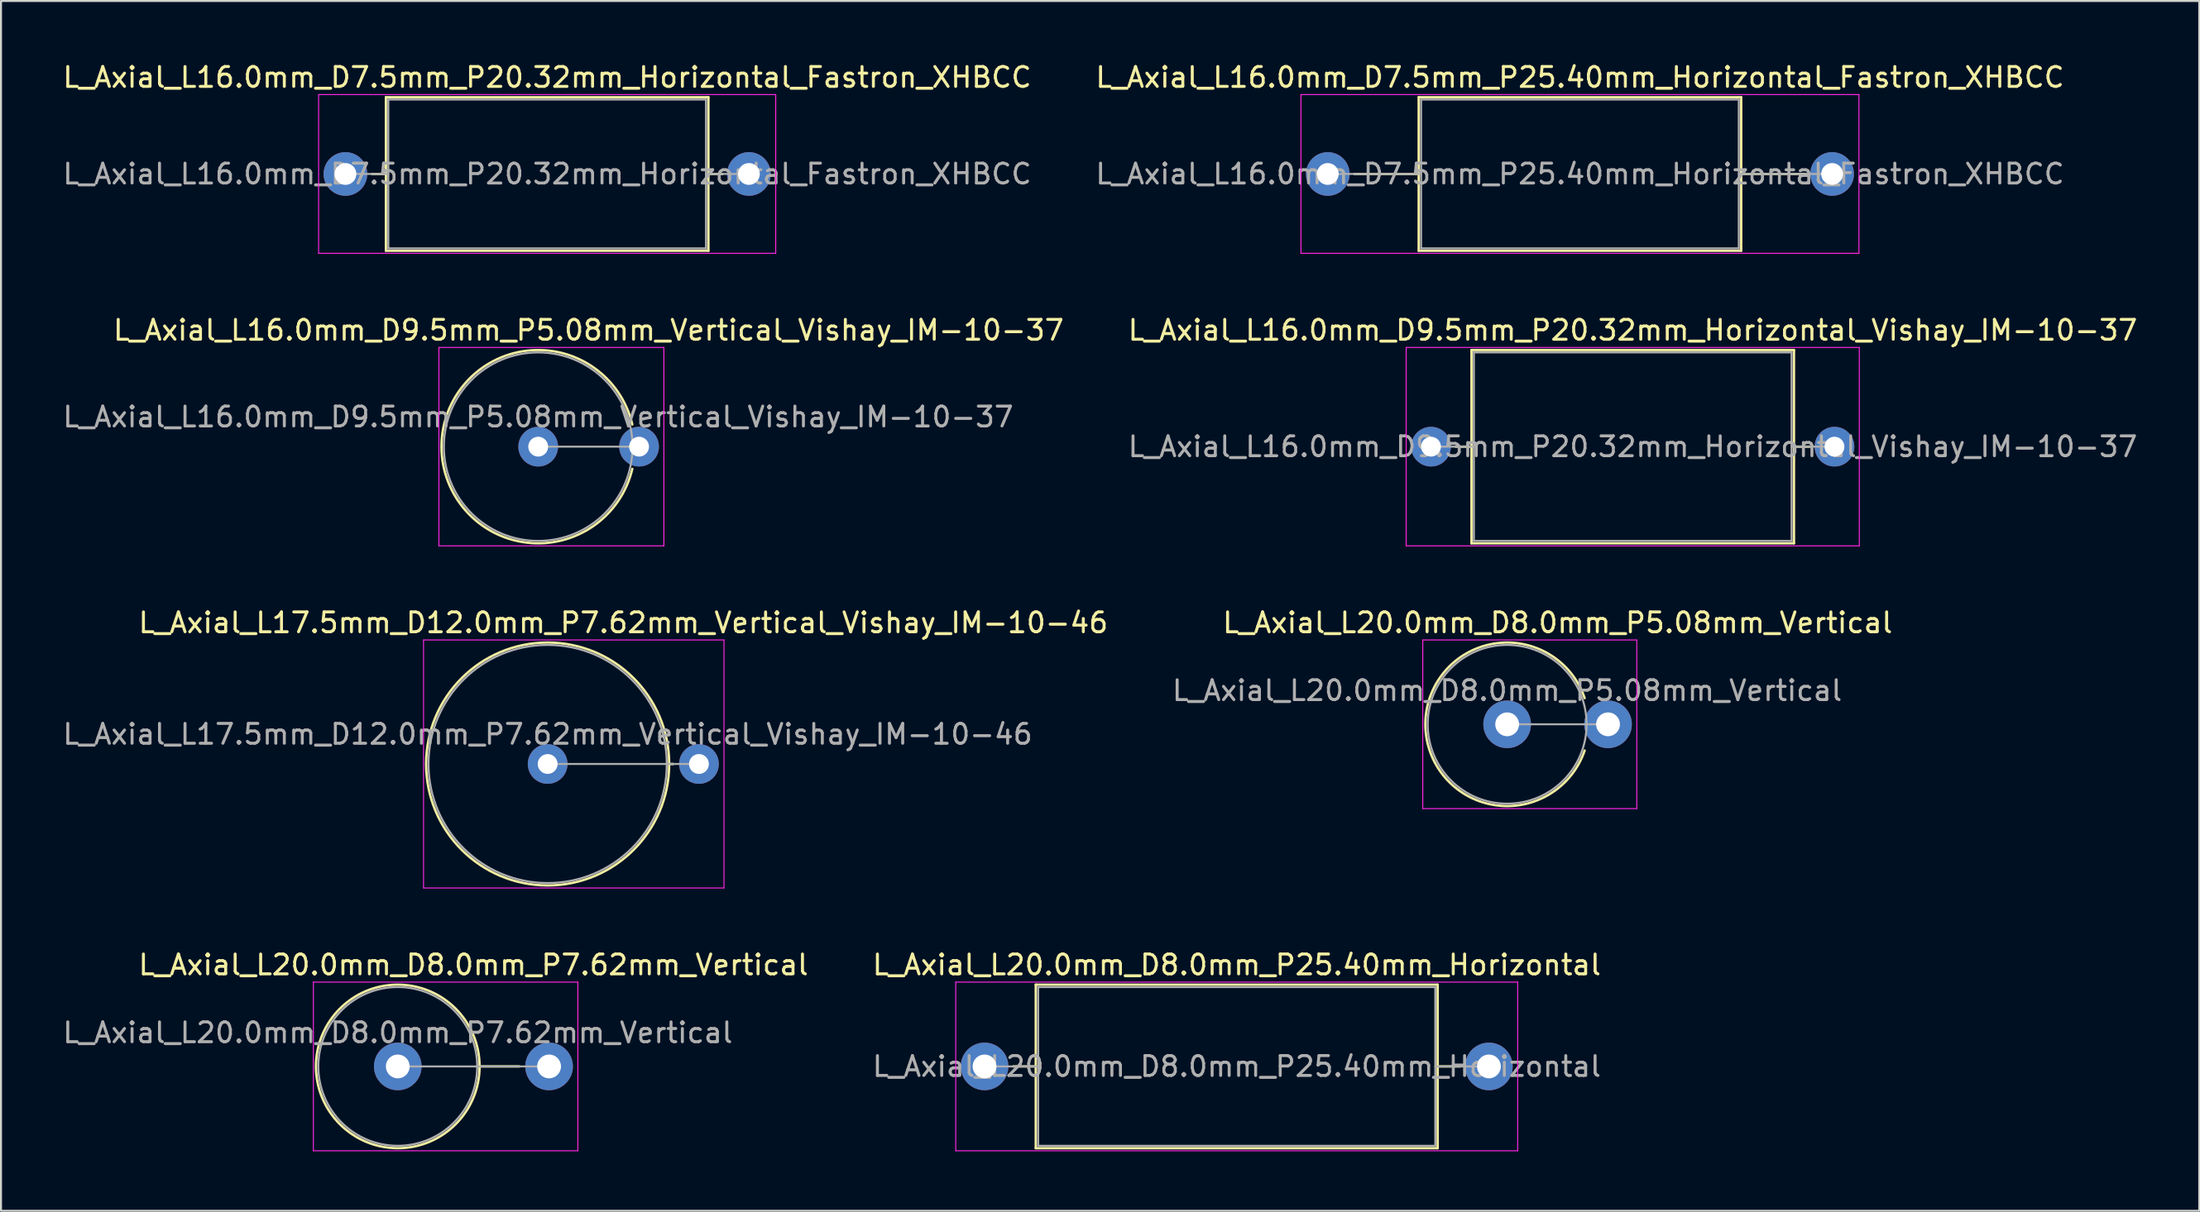
<source format=kicad_pcb>
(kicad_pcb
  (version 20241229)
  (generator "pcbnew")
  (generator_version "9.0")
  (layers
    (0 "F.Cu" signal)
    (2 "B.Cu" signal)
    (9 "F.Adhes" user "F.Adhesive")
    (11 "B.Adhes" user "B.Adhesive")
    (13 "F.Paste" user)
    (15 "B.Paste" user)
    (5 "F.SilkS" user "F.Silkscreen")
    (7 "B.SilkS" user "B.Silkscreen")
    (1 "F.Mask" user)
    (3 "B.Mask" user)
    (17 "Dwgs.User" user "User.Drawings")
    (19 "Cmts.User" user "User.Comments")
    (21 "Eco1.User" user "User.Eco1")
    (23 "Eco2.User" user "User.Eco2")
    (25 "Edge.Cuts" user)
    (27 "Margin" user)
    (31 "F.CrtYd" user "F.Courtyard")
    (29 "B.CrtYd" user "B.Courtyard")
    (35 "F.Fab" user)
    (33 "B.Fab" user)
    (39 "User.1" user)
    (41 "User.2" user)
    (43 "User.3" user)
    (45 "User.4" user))
  (footprint "L_Axial_L20.0mm_D8.0mm_P25.40mm_Horizontal"
    (layer "F.Cu")
    (at 46.533 50.698)
    (property "Reference" "L_Axial_L20.0mm_D8.0mm_P25.40mm_Horizontal" (at 12.7 -5.12 0) (layer "F.SilkS") (effects (font (size 1 1) (thickness 0.15))))
    (attr through_hole)
    (fp_line (start 1.44 0) (end 2.58 0) (stroke (width 0.12) (type solid)) (layer "F.SilkS"))
    (fp_line (start 2.58 -4.12) (end 2.58 4.12) (stroke (width 0.12) (type solid)) (layer "F.SilkS"))
    (fp_line (start 2.58 4.12) (end 22.82 4.12) (stroke (width 0.12) (type solid)) (layer "F.SilkS"))
    (fp_line (start 22.82 -4.12) (end 2.58 -4.12) (stroke (width 0.12) (type solid)) (layer "F.SilkS"))
    (fp_line (start 22.82 4.12) (end 22.82 -4.12) (stroke (width 0.12) (type solid)) (layer "F.SilkS"))
    (fp_line (start 23.96 0) (end 22.82 0) (stroke (width 0.12) (type solid)) (layer "F.SilkS"))
    (fp_line (start -1.45 -4.25) (end -1.45 4.25) (stroke (width 0.05) (type solid)) (layer "F.CrtYd"))
    (fp_line (start -1.45 4.25) (end 26.85 4.25) (stroke (width 0.05) (type solid)) (layer "F.CrtYd"))
    (fp_line (start 26.85 -4.25) (end -1.45 -4.25) (stroke (width 0.05) (type solid)) (layer "F.CrtYd"))
    (fp_line (start 26.85 4.25) (end 26.85 -4.25) (stroke (width 0.05) (type solid)) (layer "F.CrtYd"))
    (fp_line (start 0 0) (end 2.7 0) (stroke (width 0.1) (type solid)) (layer "F.Fab"))
    (fp_line (start 2.7 -4) (end 2.7 4) (stroke (width 0.1) (type solid)) (layer "F.Fab"))
    (fp_line (start 2.7 4) (end 22.7 4) (stroke (width 0.1) (type solid)) (layer "F.Fab"))
    (fp_line (start 22.7 -4) (end 2.7 -4) (stroke (width 0.1) (type solid)) (layer "F.Fab"))
    (fp_line (start 22.7 4) (end 22.7 -4) (stroke (width 0.1) (type solid)) (layer "F.Fab"))
    (fp_line (start 25.4 0) (end 22.7 0) (stroke (width 0.1) (type solid)) (layer "F.Fab"))
    (fp_text user "${REFERENCE}" (at 12.7 0 0) (layer "F.Fab") (effects (font (size 1 1) (thickness 0.15))))
    (pad "1" thru_hole circle (at 0 0) (size 2.4 2.4) (drill 1.2) (layers "*.Cu" "*.Mask"))
    (pad "2" thru_hole oval (at 25.4 0) (size 2.4 2.4) (drill 1.2) (layers "*.Cu" "*.Mask")))
  (footprint "L_Axial_L16.0mm_D9.5mm_P20.32mm_Horizontal_Vishay_IM-10-37"
    (layer "F.Cu")
    (at 69.017 19.462)
    (property "Reference" "L_Axial_L16.0mm_D9.5mm_P20.32mm_Horizontal_Vishay_IM-10-37" (at 10.16 -5.87 0) (layer "F.SilkS") (effects (font (size 1 1) (thickness 0.15))))
    (attr through_hole)
    (fp_line (start 1.24 0) (end 2.04 0) (stroke (width 0.12) (type solid)) (layer "F.SilkS"))
    (fp_line (start 2.04 -4.87) (end 2.04 4.87) (stroke (width 0.12) (type solid)) (layer "F.SilkS"))
    (fp_line (start 2.04 4.87) (end 18.28 4.87) (stroke (width 0.12) (type solid)) (layer "F.SilkS"))
    (fp_line (start 18.28 -4.87) (end 2.04 -4.87) (stroke (width 0.12) (type solid)) (layer "F.SilkS"))
    (fp_line (start 18.28 4.87) (end 18.28 -4.87) (stroke (width 0.12) (type solid)) (layer "F.SilkS"))
    (fp_line (start 19.08 0) (end 18.28 0) (stroke (width 0.12) (type solid)) (layer "F.SilkS"))
    (fp_line (start -1.25 -5) (end -1.25 5) (stroke (width 0.05) (type solid)) (layer "F.CrtYd"))
    (fp_line (start -1.25 5) (end 21.57 5) (stroke (width 0.05) (type solid)) (layer "F.CrtYd"))
    (fp_line (start 21.57 -5) (end -1.25 -5) (stroke (width 0.05) (type solid)) (layer "F.CrtYd"))
    (fp_line (start 21.57 5) (end 21.57 -5) (stroke (width 0.05) (type solid)) (layer "F.CrtYd"))
    (fp_line (start 0 0) (end 2.16 0) (stroke (width 0.1) (type solid)) (layer "F.Fab"))
    (fp_line (start 2.16 -4.75) (end 2.16 4.75) (stroke (width 0.1) (type solid)) (layer "F.Fab"))
    (fp_line (start 2.16 4.75) (end 18.16 4.75) (stroke (width 0.1) (type solid)) (layer "F.Fab"))
    (fp_line (start 18.16 -4.75) (end 2.16 -4.75) (stroke (width 0.1) (type solid)) (layer "F.Fab"))
    (fp_line (start 18.16 4.75) (end 18.16 -4.75) (stroke (width 0.1) (type solid)) (layer "F.Fab"))
    (fp_line (start 20.32 0) (end 18.16 0) (stroke (width 0.1) (type solid)) (layer "F.Fab"))
    (fp_text user "${REFERENCE}" (at 10.16 0 0) (layer "F.Fab") (effects (font (size 1 1) (thickness 0.15))))
    (pad "1" thru_hole circle (at 0 0) (size 2 2) (drill 1) (layers "*.Cu" "*.Mask"))
    (pad "2" thru_hole oval (at 20.32 0) (size 2 2) (drill 1) (layers "*.Cu" "*.Mask")))
  (footprint "L_Axial_L16.0mm_D7.5mm_P25.40mm_Horizontal_Fastron_XHBCC"
    (layer "F.Cu")
    (at 63.818 5.718)
    (property "Reference" "L_Axial_L16.0mm_D7.5mm_P25.40mm_Horizontal_Fastron_XHBCC" (at 12.7 -4.87 0) (layer "F.SilkS") (effects (font (size 1 1) (thickness 0.15))))
    (attr through_hole)
    (fp_line (start 1.34 0) (end 4.58 0) (stroke (width 0.12) (type solid)) (layer "F.SilkS"))
    (fp_line (start 4.58 -3.87) (end 4.58 3.87) (stroke (width 0.12) (type solid)) (layer "F.SilkS"))
    (fp_line (start 4.58 3.87) (end 20.82 3.87) (stroke (width 0.12) (type solid)) (layer "F.SilkS"))
    (fp_line (start 20.82 -3.87) (end 4.58 -3.87) (stroke (width 0.12) (type solid)) (layer "F.SilkS"))
    (fp_line (start 20.82 3.87) (end 20.82 -3.87) (stroke (width 0.12) (type solid)) (layer "F.SilkS"))
    (fp_line (start 24.06 0) (end 20.82 0) (stroke (width 0.12) (type solid)) (layer "F.SilkS"))
    (fp_line (start -1.35 -4) (end -1.35 4) (stroke (width 0.05) (type solid)) (layer "F.CrtYd"))
    (fp_line (start -1.35 4) (end 26.75 4) (stroke (width 0.05) (type solid)) (layer "F.CrtYd"))
    (fp_line (start 26.75 -4) (end -1.35 -4) (stroke (width 0.05) (type solid)) (layer "F.CrtYd"))
    (fp_line (start 26.75 4) (end 26.75 -4) (stroke (width 0.05) (type solid)) (layer "F.CrtYd"))
    (fp_line (start 0 0) (end 4.7 0) (stroke (width 0.1) (type solid)) (layer "F.Fab"))
    (fp_line (start 4.7 -3.75) (end 4.7 3.75) (stroke (width 0.1) (type solid)) (layer "F.Fab"))
    (fp_line (start 4.7 3.75) (end 20.7 3.75) (stroke (width 0.1) (type solid)) (layer "F.Fab"))
    (fp_line (start 20.7 -3.75) (end 4.7 -3.75) (stroke (width 0.1) (type solid)) (layer "F.Fab"))
    (fp_line (start 20.7 3.75) (end 20.7 -3.75) (stroke (width 0.1) (type solid)) (layer "F.Fab"))
    (fp_line (start 25.4 0) (end 20.7 0) (stroke (width 0.1) (type solid)) (layer "F.Fab"))
    (fp_text user "${REFERENCE}" (at 12.7 0 0) (layer "F.Fab") (effects (font (size 1 1) (thickness 0.15))))
    (pad "1" thru_hole circle (at 0 0) (size 2.2 2.2) (drill 1.1) (layers "*.Cu" "*.Mask"))
    (pad "2" thru_hole oval (at 25.4 0) (size 2.2 2.2) (drill 1.1) (layers "*.Cu" "*.Mask")))
  (footprint "L_Axial_L20.0mm_D8.0mm_P5.08mm_Vertical"
    (layer "F.Cu")
    (at 72.852 33.455)
    (property "Reference" "L_Axial_L20.0mm_D8.0mm_P5.08mm_Vertical" (at 2.54 -5.12 0) (layer "F.SilkS") (effects (font (size 1 1) (thickness 0.15))))
    (attr through_hole)
    (fp_arc (start 3.902819 1.32) (mid -4.12 0) (end 3.902819 -1.32) (stroke (width 0.12) (type solid)) (layer "F.SilkS"))
    (fp_line (start -4.25 -4.25) (end -4.25 4.25) (stroke (width 0.05) (type solid)) (layer "F.CrtYd"))
    (fp_line (start -4.25 4.25) (end 6.53 4.25) (stroke (width 0.05) (type solid)) (layer "F.CrtYd"))
    (fp_line (start 6.53 -4.25) (end -4.25 -4.25) (stroke (width 0.05) (type solid)) (layer "F.CrtYd"))
    (fp_line (start 6.53 4.25) (end 6.53 -4.25) (stroke (width 0.05) (type solid)) (layer "F.CrtYd"))
    (fp_line (start 0 0) (end 5.08 0) (stroke (width 0.1) (type solid)) (layer "F.Fab"))
    (fp_circle (center 0 0) (end 4 0) (stroke (width 0.1) (type solid)) (fill no) (layer "F.Fab"))
    (fp_text user "${REFERENCE}" (at 0 -1.7 0) (layer "F.Fab") (effects (font (size 1 1) (thickness 0.15))))
    (pad "1" thru_hole circle (at 0 0) (size 2.4 2.4) (drill 1.2) (layers "*.Cu" "*.Mask"))
    (pad "2" thru_hole oval (at 5.08 0) (size 2.4 2.4) (drill 1.2) (layers "*.Cu" "*.Mask")))
  (footprint "L_Axial_L16.0mm_D9.5mm_P5.08mm_Vertical_Vishay_IM-10-37"
    (layer "F.Cu")
    (at 24.054 19.462)
    (property "Reference" "L_Axial_L16.0mm_D9.5mm_P5.08mm_Vertical_Vishay_IM-10-37" (at 2.54 -5.87 0) (layer "F.SilkS") (effects (font (size 1 1) (thickness 0.15))))
    (attr through_hole)
    (fp_arc (start 4.739462 1.12) (mid -4.87 0) (end 4.739462 -1.12) (stroke (width 0.12) (type solid)) (layer "F.SilkS"))
    (fp_line (start -5 -5) (end -5 5) (stroke (width 0.05) (type solid)) (layer "F.CrtYd"))
    (fp_line (start -5 5) (end 6.33 5) (stroke (width 0.05) (type solid)) (layer "F.CrtYd"))
    (fp_line (start 6.33 -5) (end -5 -5) (stroke (width 0.05) (type solid)) (layer "F.CrtYd"))
    (fp_line (start 6.33 5) (end 6.33 -5) (stroke (width 0.05) (type solid)) (layer "F.CrtYd"))
    (fp_line (start 0 0) (end 5.08 0) (stroke (width 0.1) (type solid)) (layer "F.Fab"))
    (fp_circle (center 0 0) (end 4.75 0) (stroke (width 0.1) (type solid)) (fill no) (layer "F.Fab"))
    (fp_text user "${REFERENCE}" (at 0 -1.5 0) (layer "F.Fab") (effects (font (size 1 1) (thickness 0.15))))
    (pad "1" thru_hole circle (at 0 0) (size 2 2) (drill 1) (layers "*.Cu" "*.Mask"))
    (pad "2" thru_hole oval (at 5.08 0) (size 2 2) (drill 1) (layers "*.Cu" "*.Mask")))
  (footprint "L_Axial_L20.0mm_D8.0mm_P7.62mm_Vertical"
    (layer "F.Cu")
    (at 16.982 50.698)
    (property "Reference" "L_Axial_L20.0mm_D8.0mm_P7.62mm_Vertical" (at 3.81 -5.12 0) (layer "F.SilkS") (effects (font (size 1 1) (thickness 0.15))))
    (attr through_hole)
    (fp_line (start 4.12 0) (end 6.12 0) (stroke (width 0.12) (type solid)) (layer "F.SilkS"))
    (fp_circle (center 0 0) (end 4.12 0) (stroke (width 0.12) (type solid)) (fill no) (layer "F.SilkS"))
    (fp_line (start -4.25 -4.25) (end -4.25 4.25) (stroke (width 0.05) (type solid)) (layer "F.CrtYd"))
    (fp_line (start -4.25 4.25) (end 9.07 4.25) (stroke (width 0.05) (type solid)) (layer "F.CrtYd"))
    (fp_line (start 9.07 -4.25) (end -4.25 -4.25) (stroke (width 0.05) (type solid)) (layer "F.CrtYd"))
    (fp_line (start 9.07 4.25) (end 9.07 -4.25) (stroke (width 0.05) (type solid)) (layer "F.CrtYd"))
    (fp_line (start 0 0) (end 7.62 0) (stroke (width 0.1) (type solid)) (layer "F.Fab"))
    (fp_circle (center 0 0) (end 4 0) (stroke (width 0.1) (type solid)) (fill no) (layer "F.Fab"))
    (fp_text user "${REFERENCE}" (at 0 -1.7 0) (layer "F.Fab") (effects (font (size 1 1) (thickness 0.15))))
    (pad "1" thru_hole circle (at 0 0) (size 2.4 2.4) (drill 1.2) (layers "*.Cu" "*.Mask"))
    (pad "2" thru_hole oval (at 7.62 0) (size 2.4 2.4) (drill 1.2) (layers "*.Cu" "*.Mask")))
  (footprint "L_Axial_L16.0mm_D7.5mm_P20.32mm_Horizontal_Fastron_XHBCC"
    (layer "F.Cu")
    (at 14.346 5.718)
    (property "Reference" "L_Axial_L16.0mm_D7.5mm_P20.32mm_Horizontal_Fastron_XHBCC" (at 10.16 -4.87 0) (layer "F.SilkS") (effects (font (size 1 1) (thickness 0.15))))
    (attr through_hole)
    (fp_line (start 1.34 0) (end 2.04 0) (stroke (width 0.12) (type solid)) (layer "F.SilkS"))
    (fp_line (start 2.04 -3.87) (end 2.04 3.87) (stroke (width 0.12) (type solid)) (layer "F.SilkS"))
    (fp_line (start 2.04 3.87) (end 18.28 3.87) (stroke (width 0.12) (type solid)) (layer "F.SilkS"))
    (fp_line (start 18.28 -3.87) (end 2.04 -3.87) (stroke (width 0.12) (type solid)) (layer "F.SilkS"))
    (fp_line (start 18.28 3.87) (end 18.28 -3.87) (stroke (width 0.12) (type solid)) (layer "F.SilkS"))
    (fp_line (start 18.98 0) (end 18.28 0) (stroke (width 0.12) (type solid)) (layer "F.SilkS"))
    (fp_line (start -1.35 -4) (end -1.35 4) (stroke (width 0.05) (type solid)) (layer "F.CrtYd"))
    (fp_line (start -1.35 4) (end 21.67 4) (stroke (width 0.05) (type solid)) (layer "F.CrtYd"))
    (fp_line (start 21.67 -4) (end -1.35 -4) (stroke (width 0.05) (type solid)) (layer "F.CrtYd"))
    (fp_line (start 21.67 4) (end 21.67 -4) (stroke (width 0.05) (type solid)) (layer "F.CrtYd"))
    (fp_line (start 0 0) (end 2.16 0) (stroke (width 0.1) (type solid)) (layer "F.Fab"))
    (fp_line (start 2.16 -3.75) (end 2.16 3.75) (stroke (width 0.1) (type solid)) (layer "F.Fab"))
    (fp_line (start 2.16 3.75) (end 18.16 3.75) (stroke (width 0.1) (type solid)) (layer "F.Fab"))
    (fp_line (start 18.16 -3.75) (end 2.16 -3.75) (stroke (width 0.1) (type solid)) (layer "F.Fab"))
    (fp_line (start 18.16 3.75) (end 18.16 -3.75) (stroke (width 0.1) (type solid)) (layer "F.Fab"))
    (fp_line (start 20.32 0) (end 18.16 0) (stroke (width 0.1) (type solid)) (layer "F.Fab"))
    (fp_text user "${REFERENCE}" (at 10.16 0 0) (layer "F.Fab") (effects (font (size 1 1) (thickness 0.15))))
    (pad "1" thru_hole circle (at 0 0) (size 2.2 2.2) (drill 1.1) (layers "*.Cu" "*.Mask"))
    (pad "2" thru_hole oval (at 20.32 0) (size 2.2 2.2) (drill 1.1) (layers "*.Cu" "*.Mask")))
  (footprint "L_Axial_L17.5mm_D12.0mm_P7.62mm_Vertical_Vishay_IM-10-46"
    (layer "F.Cu")
    (at 24.53 35.455)
    (property "Reference" "L_Axial_L17.5mm_D12.0mm_P7.62mm_Vertical_Vishay_IM-10-46" (at 3.81 -7.12 0) (layer "F.SilkS") (effects (font (size 1 1) (thickness 0.15))))
    (attr through_hole)
    (fp_line (start 6.12 0) (end 6.32 0) (stroke (width 0.12) (type solid)) (layer "F.SilkS"))
    (fp_circle (center 0 0) (end 6.12 0) (stroke (width 0.12) (type solid)) (fill no) (layer "F.SilkS"))
    (fp_line (start -6.25 -6.25) (end -6.25 6.25) (stroke (width 0.05) (type solid)) (layer "F.CrtYd"))
    (fp_line (start -6.25 6.25) (end 8.88 6.25) (stroke (width 0.05) (type solid)) (layer "F.CrtYd"))
    (fp_line (start 8.88 -6.25) (end -6.25 -6.25) (stroke (width 0.05) (type solid)) (layer "F.CrtYd"))
    (fp_line (start 8.88 6.25) (end 8.88 -6.25) (stroke (width 0.05) (type solid)) (layer "F.CrtYd"))
    (fp_line (start 0 0) (end 7.62 0) (stroke (width 0.1) (type solid)) (layer "F.Fab"))
    (fp_circle (center 0 0) (end 6 0) (stroke (width 0.1) (type solid)) (fill no) (layer "F.Fab"))
    (fp_text user "${REFERENCE}" (at 0 -1.5 0) (layer "F.Fab") (effects (font (size 1 1) (thickness 0.15))))
    (pad "1" thru_hole circle (at 0 0) (size 2 2) (drill 1) (layers "*.Cu" "*.Mask"))
    (pad "2" thru_hole oval (at 7.62 0) (size 2 2) (drill 1) (layers "*.Cu" "*.Mask")))
  (gr_rect
    (start -3 -3)
    (end 107.707 57.973)
    (stroke (width 0.1) (type default))
    (fill no)
    (layer "Edge.Cuts")))
</source>
